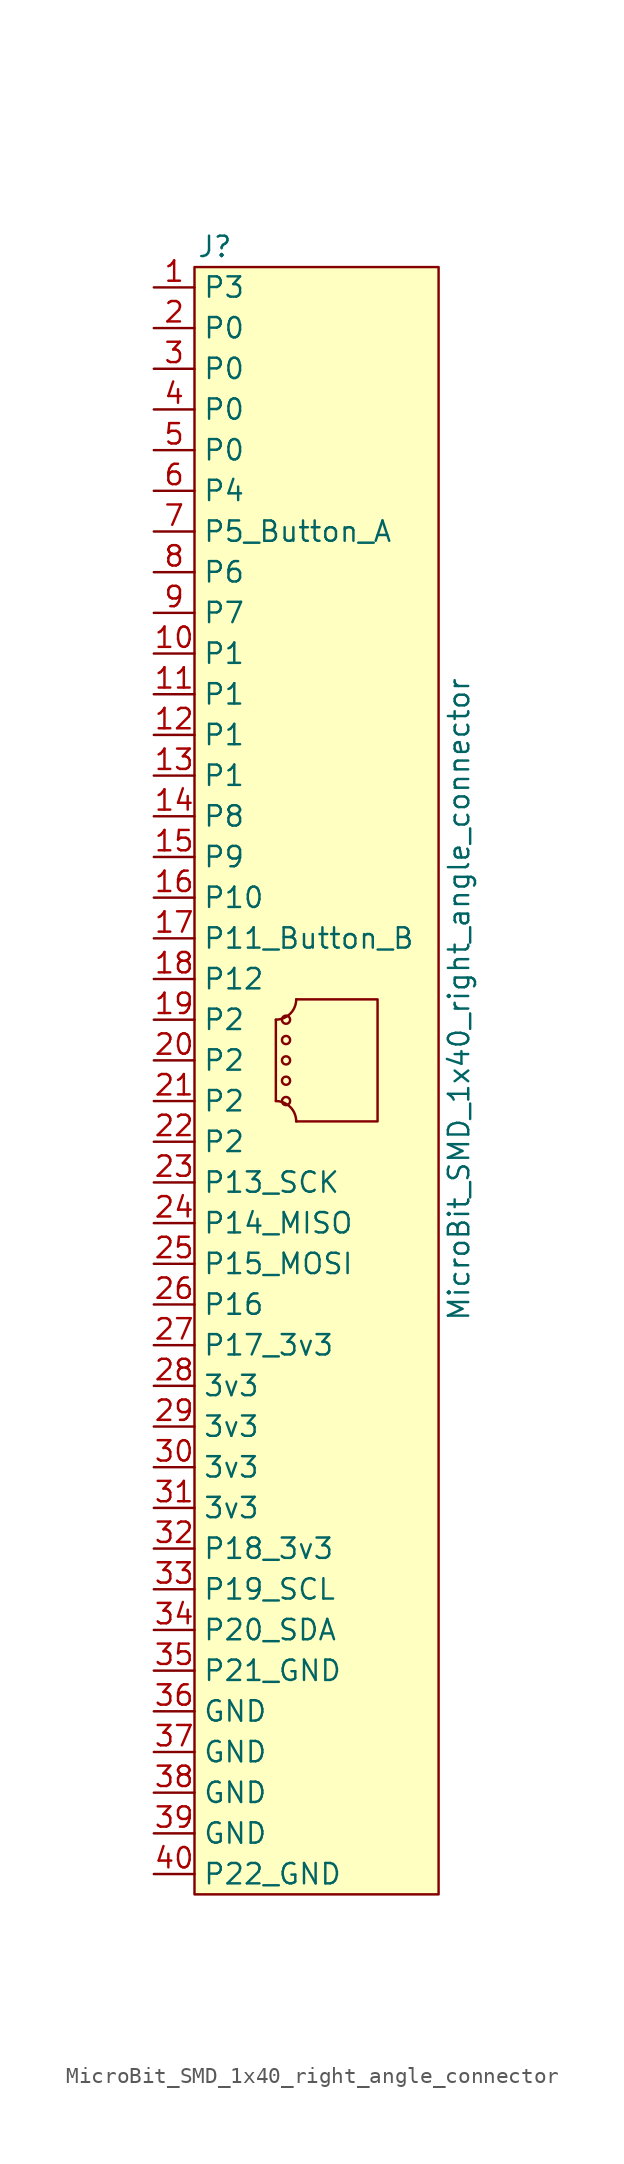
<source format=kicad_sym>
(kicad_symbol_lib
  (version 20211014)
  (generator kicad_symbol_editor)
  (symbol "MicroBit_SMD_1x40_right_angle_connector"
    (property "Reference" "J"
      (at -1.27 50.8 0)
      (effects (font (size 1.27 1.27))))
    (property "Value" "MicroBit_SMD_1x40_right_angle_connector"
      (at 13.97 3.81 90)
      (effects (font (size 1.27 1.27))))
    (symbol "MicroBit_SMD_1x40_right_angle_connector_0_0"
      (pin passive line (at -5.08 25.4 0) (length 2.54) (name "P1" (effects (font (size 1.27 1.27)))) (number "10" (effects (font (size 1.27 1.27)))))
      (pin passive line (at -5.08 22.86 0) (length 2.54) (name "P1" (effects (font (size 1.27 1.27)))) (number "11" (effects (font (size 1.27 1.27)))))
      (pin passive line (at -5.08 20.32 0) (length 2.54) (name "P1" (effects (font (size 1.27 1.27)))) (number "12" (effects (font (size 1.27 1.27)))))
      (pin passive line (at -5.08 17.78 0) (length 2.54) (name "P1" (effects (font (size 1.27 1.27)))) (number "13" (effects (font (size 1.27 1.27)))))
      (pin passive line (at -5.08 15.24 0) (length 2.54) (name "P8" (effects (font (size 1.27 1.27)))) (number "14" (effects (font (size 1.27 1.27)))))
      (pin passive line (at -5.08 12.7 0) (length 2.54) (name "P9" (effects (font (size 1.27 1.27)))) (number "15" (effects (font (size 1.27 1.27)))))
      (pin passive line (at -5.08 10.16 0) (length 2.54) (name "P10" (effects (font (size 1.27 1.27)))) (number "16" (effects (font (size 1.27 1.27)))))
      (pin passive line (at -5.08 7.62 0) (length 2.54) (name "P11_Button_B" (effects (font (size 1.27 1.27)))) (number "17" (effects (font (size 1.27 1.27)))))
      (pin passive line (at -5.08 5.08 0) (length 2.54) (name "P12" (effects (font (size 1.27 1.27)))) (number "18" (effects (font (size 1.27 1.27)))))
      (pin passive line (at -5.08 2.54 0) (length 2.54) (name "P2" (effects (font (size 1.27 1.27)))) (number "19" (effects (font (size 1.27 1.27)))))
      (pin passive line (at -5.08 0 0) (length 2.54) (name "P2" (effects (font (size 1.27 1.27)))) (number "20" (effects (font (size 1.27 1.27)))))
      (pin passive line (at -5.08 -2.54 0) (length 2.54) (name "P2" (effects (font (size 1.27 1.27)))) (number "21" (effects (font (size 1.27 1.27)))))
      (pin passive line (at -5.08 -5.08 0) (length 2.54) (name "P2" (effects (font (size 1.27 1.27)))) (number "22" (effects (font (size 1.27 1.27)))))
      (pin passive line (at -5.08 -7.62 0) (length 2.54) (name "P13_SCK" (effects (font (size 1.27 1.27)))) (number "23" (effects (font (size 1.27 1.27)))))
      (pin passive line (at -5.08 -10.16 0) (length 2.54) (name "P14_MISO" (effects (font (size 1.27 1.27)))) (number "24" (effects (font (size 1.27 1.27)))))
      (pin passive line (at -5.08 -12.7 0) (length 2.54) (name "P15_MOSI" (effects (font (size 1.27 1.27)))) (number "25" (effects (font (size 1.27 1.27)))))
      (pin passive line (at -5.08 -15.24 0) (length 2.54) (name "P16" (effects (font (size 1.27 1.27)))) (number "26" (effects (font (size 1.27 1.27)))))
      (pin passive line (at -5.08 -17.78 0) (length 2.54) (name "P17_3v3" (effects (font (size 1.27 1.27)))) (number "27" (effects (font (size 1.27 1.27)))))
      (pin passive line (at -5.08 -20.32 0) (length 2.54) (name "3v3" (effects (font (size 1.27 1.27)))) (number "28" (effects (font (size 1.27 1.27)))))
      (pin passive line (at -5.08 -22.86 0) (length 2.54) (name "3v3" (effects (font (size 1.27 1.27)))) (number "29" (effects (font (size 1.27 1.27)))))
      (pin passive line (at -5.08 43.18 0) (length 2.54) (name "P0" (effects (font (size 1.27 1.27)))) (number "3" (effects (font (size 1.27 1.27)))))
      (pin passive line (at -5.08 -25.4 0) (length 2.54) (name "3v3" (effects (font (size 1.27 1.27)))) (number "30" (effects (font (size 1.27 1.27)))))
      (pin passive line (at -5.08 -27.94 0) (length 2.54) (name "3v3" (effects (font (size 1.27 1.27)))) (number "31" (effects (font (size 1.27 1.27)))))
      (pin passive line (at -5.08 -30.48 0) (length 2.54) (name "P18_3v3" (effects (font (size 1.27 1.27)))) (number "32" (effects (font (size 1.27 1.27)))))
      (pin passive line (at -5.08 -33.02 0) (length 2.54) (name "P19_SCL" (effects (font (size 1.27 1.27)))) (number "33" (effects (font (size 1.27 1.27)))))
      (pin passive line (at -5.08 -35.56 0) (length 2.54) (name "P20_SDA" (effects (font (size 1.27 1.27)))) (number "34" (effects (font (size 1.27 1.27)))))
      (pin passive line (at -5.08 -38.1 0) (length 2.54) (name "P21_GND" (effects (font (size 1.27 1.27)))) (number "35" (effects (font (size 1.27 1.27)))))
      (pin passive line (at -5.08 -40.64 0) (length 2.54) (name "GND" (effects (font (size 1.27 1.27)))) (number "36" (effects (font (size 1.27 1.27)))))
      (pin passive line (at -5.08 -43.18 0) (length 2.54) (name "GND" (effects (font (size 1.27 1.27)))) (number "37" (effects (font (size 1.27 1.27)))))
      (pin passive line (at -5.08 -45.72 0) (length 2.54) (name "GND" (effects (font (size 1.27 1.27)))) (number "38" (effects (font (size 1.27 1.27)))))
      (pin passive line (at -5.08 -48.26 0) (length 2.54) (name "GND" (effects (font (size 1.27 1.27)))) (number "39" (effects (font (size 1.27 1.27)))))
      (pin passive line (at -5.08 40.64 0) (length 2.54) (name "P0" (effects (font (size 1.27 1.27)))) (number "4" (effects (font (size 1.27 1.27)))))
      (pin passive line (at -5.08 -50.8 0) (length 2.54) (name "P22_GND" (effects (font (size 1.27 1.27)))) (number "40" (effects (font (size 1.27 1.27)))))
      (pin passive line (at -5.08 38.1 0) (length 2.54) (name "P0" (effects (font (size 1.27 1.27)))) (number "5" (effects (font (size 1.27 1.27)))))
      (pin passive line (at -5.08 35.56 0) (length 2.54) (name "P4" (effects (font (size 1.27 1.27)))) (number "6" (effects (font (size 1.27 1.27)))))
      (pin passive line (at -5.08 33.02 0) (length 2.54) (name "P5_Button_A" (effects (font (size 1.27 1.27)))) (number "7" (effects (font (size 1.27 1.27)))))
      (pin passive line (at -5.08 30.48 0) (length 2.54) (name "P6" (effects (font (size 1.27 1.27)))) (number "8" (effects (font (size 1.27 1.27)))))
      (pin passive line (at -5.08 27.94 0) (length 2.54) (name "P7" (effects (font (size 1.27 1.27)))) (number "9" (effects (font (size 1.27 1.27))))))
    (symbol "MicroBit_SMD_1x40_right_angle_connector_0_1"
      (rectangle (start -2.54 49.53) (end 12.7 -52.07) (stroke (width 0) (type default) (color 0 0 0 0)) (fill (type background)))
      (polyline (pts (xy 2.54 -2.54) (xy 2.54 2.54)) (stroke (width 0) (type default) (color 0 0 0 0)) (fill (type none)))
      (polyline (pts (xy 3.81 3.81) (xy 8.89 3.81) (xy 8.89 -3.81) (xy 3.81 -3.81)) (stroke (width 0) (type default) (color 0 0 0 0)) (fill (type none)))
      (arc (start 2.54 2.54) (mid 4.708 1.642) (end 3.81 3.81) (stroke (width 0) (type default) (color 0 0 0 0)) (fill (type none)))
      (circle (center 3.175 -2.54) (radius 0.254) (stroke (width 0) (type default) (color 0 0 0 0)) (fill (type none)))
      (circle (center 3.175 -1.27) (radius 0.254) (stroke (width 0) (type default) (color 0 0 0 0)) (fill (type none)))
      (circle (center 3.175 0) (radius 0.254) (stroke (width 0) (type default) (color 0 0 0 0)) (fill (type none)))
      (circle (center 3.175 1.27) (radius 0.254) (stroke (width 0) (type default) (color 0 0 0 0)) (fill (type none)))
      (circle (center 3.175 2.54) (radius 0.254) (stroke (width 0) (type default) (color 0 0 0 0)) (fill (type none)))
      (arc (start 3.81 -3.81) (mid 4.708 -1.642) (end 2.54 -2.54) (stroke (width 0) (type default) (color 0 0 0 0)) (fill (type none))))
    (symbol "MicroBit_SMD_1x40_right_angle_connector_1_1"
      (pin passive line (at -5.08 48.26 0) (length 2.54) (name "P3" (effects (font (size 1.27 1.27)))) (number "1" (effects (font (size 1.27 1.27)))))
      (pin passive line (at -5.08 45.72 0) (length 2.54) (name "P0" (effects (font (size 1.27 1.27)))) (number "2" (effects (font (size 1.27 1.27))))))))
</source>
